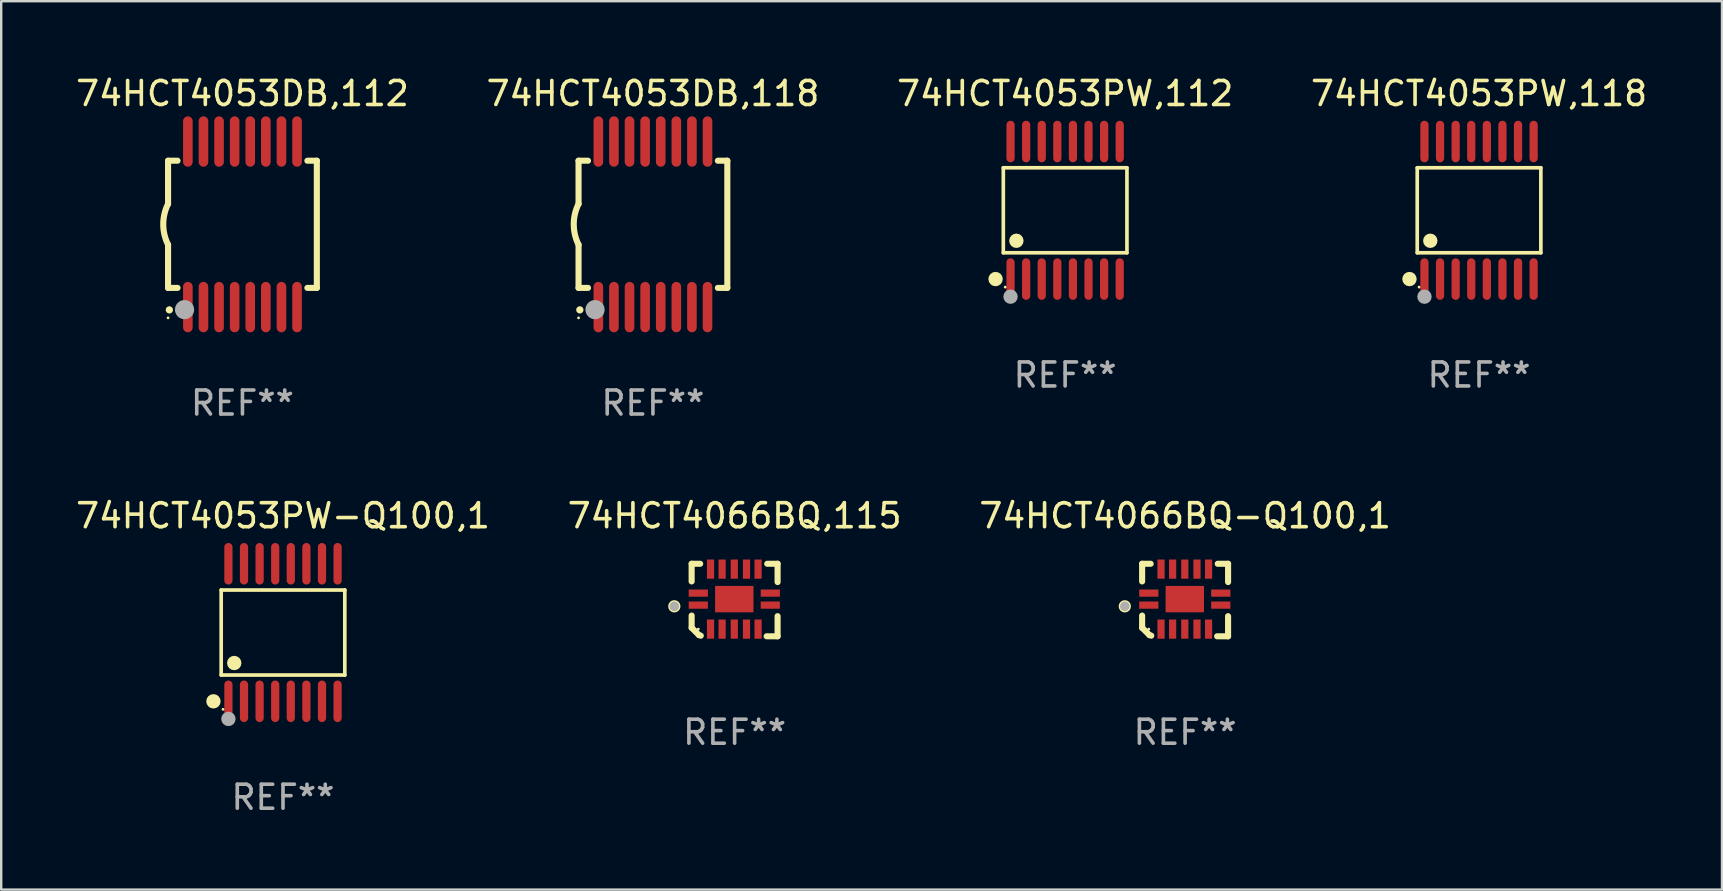
<source format=kicad_pcb>
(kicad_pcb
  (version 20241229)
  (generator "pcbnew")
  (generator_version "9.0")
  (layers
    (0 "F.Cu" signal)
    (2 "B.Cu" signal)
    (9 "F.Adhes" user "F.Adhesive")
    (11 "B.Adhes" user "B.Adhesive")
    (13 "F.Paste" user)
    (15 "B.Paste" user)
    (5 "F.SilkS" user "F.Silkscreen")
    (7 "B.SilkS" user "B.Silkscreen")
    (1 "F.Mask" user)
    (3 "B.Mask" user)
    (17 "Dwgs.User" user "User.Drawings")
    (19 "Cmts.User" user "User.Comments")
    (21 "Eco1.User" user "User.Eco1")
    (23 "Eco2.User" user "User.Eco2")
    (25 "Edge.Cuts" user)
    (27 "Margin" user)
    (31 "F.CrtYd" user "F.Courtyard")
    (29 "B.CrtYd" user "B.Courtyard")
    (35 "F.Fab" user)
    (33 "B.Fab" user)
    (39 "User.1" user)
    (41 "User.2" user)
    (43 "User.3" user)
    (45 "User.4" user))
  (footprint "74HCT4066BQ-Q100,1"
    (layer "F.Cu")
    (at 46.339 21.956)
    (property "Reference" "74HCT4066BQ-Q100,1" (at 0 -3.511 0) (layer "F.SilkS") (effects (font (size 1 1) (thickness 0.15))))
    (attr through_hole)
    (fp_line (start -1.791 -1.511) (end -1.435 -1.511) (stroke (width 0.254) (type solid)) (layer "F.SilkS"))
    (fp_line (start -1.791 -0.775) (end -1.791 -1.511) (stroke (width 0.254) (type solid)) (layer "F.SilkS"))
    (fp_line (start -1.791 1.156) (end -1.791 0.648) (stroke (width 0.254) (type solid)) (layer "F.SilkS"))
    (fp_line (start -1.486 1.461) (end -1.791 1.156) (stroke (width 0.254) (type solid)) (layer "F.SilkS"))
    (fp_line (start -1.41 1.486) (end -1.486 1.461) (stroke (width 0.254) (type solid)) (layer "F.SilkS"))
    (fp_line (start 1.334 1.511) (end 1.791 1.511) (stroke (width 0.254) (type solid)) (layer "F.SilkS"))
    (fp_line (start 1.791 -1.511) (end 1.359 -1.511) (stroke (width 0.254) (type solid)) (layer "F.SilkS"))
    (fp_line (start 1.791 -0.749) (end 1.791 -1.511) (stroke (width 0.254) (type solid)) (layer "F.SilkS"))
    (fp_line (start 1.791 1.511) (end 1.791 0.673) (stroke (width 0.254) (type solid)) (layer "F.SilkS"))
    (fp_circle (center -2.513 0.262) (end -2.383 0.262) (stroke (width 0.254) (type solid)) (fill no) (layer "F.SilkS"))
    (fp_circle (center -1.513 1.212) (end -1.483 1.212) (stroke (width 0.06) (type solid)) (fill no) (layer "F.SilkS"))
    (fp_circle (center -2.513 0.262) (end -2.413 0.262) (stroke (width 0.2) (type solid)) (fill no) (layer "F.Fab"))
    (fp_text user "REF**" (at 0 5.511 0) (layer "F.Fab") (effects (font (size 1 1) (thickness 0.15))))
    (pad "1" smd rect (at -1.513 0.212) (size 0.8 0.3) (layers "F.Cu" "F.Mask" "F.Paste"))
    (pad "2" smd rect (at -1.003 1.212) (size 0.3 0.8) (layers "F.Cu" "F.Mask" "F.Paste"))
    (pad "3" smd rect (at -0.521 1.212) (size 0.3 0.8) (layers "F.Cu" "F.Mask" "F.Paste"))
    (pad "4" smd rect (at -0.013 1.212) (size 0.3 0.8) (layers "F.Cu" "F.Mask" "F.Paste"))
    (pad "5" smd rect (at 0.495 1.212) (size 0.3 0.8) (layers "F.Cu" "F.Mask" "F.Paste"))
    (pad "6" smd rect (at 0.978 1.212) (size 0.3 0.8) (layers "F.Cu" "F.Mask" "F.Paste"))
    (pad "7" smd rect (at 1.487 0.212) (size 0.8 0.3) (layers "F.Cu" "F.Mask" "F.Paste"))
    (pad "8" smd rect (at 1.487 -0.288) (size 0.8 0.3) (layers "F.Cu" "F.Mask" "F.Paste"))
    (pad "9" smd rect (at 0.978 -1.288) (size 0.3 0.8) (layers "F.Cu" "F.Mask" "F.Paste"))
    (pad "10" smd rect (at 0.495 -1.288) (size 0.3 0.8) (layers "F.Cu" "F.Mask" "F.Paste"))
    (pad "11" smd rect (at -0.013 -1.288) (size 0.3 0.8) (layers "F.Cu" "F.Mask" "F.Paste"))
    (pad "12" smd rect (at -0.521 -1.288) (size 0.3 0.8) (layers "F.Cu" "F.Mask" "F.Paste"))
    (pad "13" smd rect (at -1.003 -1.288) (size 0.3 0.8) (layers "F.Cu" "F.Mask" "F.Paste"))
    (pad "14" smd rect (at -1.513 -0.288) (size 0.8 0.3) (layers "F.Cu" "F.Mask" "F.Paste"))
    (pad "15" smd rect (at -0.013 -0.038 90) (size 1.1 1.6) (layers "F.Cu" "F.Mask" "F.Paste")))
  (footprint "74HCT4053DB,118"
    (layer "F.Cu")
    (at 24.161 6.298)
    (property "Reference" "74HCT4053DB,118" (at 0 -5.45 0) (layer "F.SilkS") (effects (font (size 1 1) (thickness 0.15))))
    (attr through_hole)
    (fp_line (start -3.1 -2.65) (end -3.1 -0.85) (stroke (width 0.254) (type solid)) (layer "F.SilkS"))
    (fp_line (start -3.1 -2.65) (end -2.706 -2.65) (stroke (width 0.254) (type solid)) (layer "F.SilkS"))
    (fp_line (start -3.1 2.65) (end -3.1 0.85) (stroke (width 0.254) (type solid)) (layer "F.SilkS"))
    (fp_line (start -3.1 2.65) (end -2.706 2.65) (stroke (width 0.254) (type solid)) (layer "F.SilkS"))
    (fp_line (start 2.706 -2.65) (end 3.1 -2.65) (stroke (width 0.254) (type solid)) (layer "F.SilkS"))
    (fp_line (start 2.706 2.65) (end 3.1 2.65) (stroke (width 0.254) (type solid)) (layer "F.SilkS"))
    (fp_line (start 3.1 -2.65) (end 3.1 2.65) (stroke (width 0.254) (type solid)) (layer "F.SilkS"))
    (fp_arc (start -3.098907 0.850902) (mid -3.300057 0.000523) (end -3.1 -0.850114) (stroke (width 0.254001) (type solid)) (layer "F.SilkS"))
    (fp_arc (start -3.048006 3.566066) (mid -3.046736 3.566061) (end -3.045466 3.566066) (stroke (width 0.3) (type solid)) (layer "F.SilkS"))
    (fp_circle (center -3.1 3.9) (end -3.07 3.9) (stroke (width 0.06) (type solid)) (fill no) (layer "F.SilkS"))
    (fp_circle (center -2.413 3.556) (end -2.213 3.556) (stroke (width 0.4) (type solid)) (fill no) (layer "F.Fab"))
    (fp_text user "REF**" (at 0 7.45 0) (layer "F.Fab") (effects (font (size 1 1) (thickness 0.15))))
    (pad "1" smd oval (at -2.275 3.45 180) (size 0.4 2.1) (layers "F.Cu" "F.Mask" "F.Paste"))
    (pad "2" smd oval (at -1.625 3.45 180) (size 0.4 2.1) (layers "F.Cu" "F.Mask" "F.Paste"))
    (pad "3" smd oval (at -0.975 3.45 180) (size 0.4 2.1) (layers "F.Cu" "F.Mask" "F.Paste"))
    (pad "4" smd oval (at -0.325 3.45 180) (size 0.4 2.1) (layers "F.Cu" "F.Mask" "F.Paste"))
    (pad "5" smd oval (at 0.325 3.45 180) (size 0.4 2.1) (layers "F.Cu" "F.Mask" "F.Paste"))
    (pad "6" smd oval (at 0.975 3.45 180) (size 0.4 2.1) (layers "F.Cu" "F.Mask" "F.Paste"))
    (pad "7" smd oval (at 1.625 3.45 180) (size 0.4 2.1) (layers "F.Cu" "F.Mask" "F.Paste"))
    (pad "8" smd oval (at 2.275 3.45 180) (size 0.4 2.1) (layers "F.Cu" "F.Mask" "F.Paste"))
    (pad "9" smd oval (at 2.275 -3.45 180) (size 0.4 2.1) (layers "F.Cu" "F.Mask" "F.Paste"))
    (pad "10" smd oval (at 1.625 -3.45 180) (size 0.4 2.1) (layers "F.Cu" "F.Mask" "F.Paste"))
    (pad "11" smd oval (at 0.975 -3.45 180) (size 0.4 2.1) (layers "F.Cu" "F.Mask" "F.Paste"))
    (pad "12" smd oval (at 0.325 -3.45 180) (size 0.4 2.1) (layers "F.Cu" "F.Mask" "F.Paste"))
    (pad "13" smd oval (at -0.325 -3.45 180) (size 0.4 2.1) (layers "F.Cu" "F.Mask" "F.Paste"))
    (pad "14" smd oval (at -0.975 -3.45 180) (size 0.4 2.1) (layers "F.Cu" "F.Mask" "F.Paste"))
    (pad "15" smd oval (at -1.625 -3.45 180) (size 0.4 2.1) (layers "F.Cu" "F.Mask" "F.Paste"))
    (pad "16" smd oval (at -2.275 -3.45 180) (size 0.4 2.1) (layers "F.Cu" "F.Mask" "F.Paste")))
  (footprint "74HCT4053PW,112"
    (layer "F.Cu")
    (at 41.339 5.714)
    (property "Reference" "74HCT4053PW,112" (at 0 -4.866 0) (layer "F.SilkS") (effects (font (size 1 1) (thickness 0.15))))
    (attr through_hole)
    (fp_line (start -2.576 -1.772) (end 2.576 -1.772) (stroke (width 0.152) (type solid)) (layer "F.SilkS"))
    (fp_line (start -2.576 1.771) (end -2.576 -1.772) (stroke (width 0.152) (type solid)) (layer "F.SilkS"))
    (fp_line (start 2.576 -1.772) (end 2.576 1.771) (stroke (width 0.152) (type solid)) (layer "F.SilkS"))
    (fp_line (start 2.576 1.771) (end -2.576 1.771) (stroke (width 0.152) (type solid)) (layer "F.SilkS"))
    (fp_circle (center -2.899 2.866) (end -2.749 2.866) (stroke (width 0.3) (type solid)) (fill no) (layer "F.SilkS"))
    (fp_circle (center -2.5 3.2) (end -2.47 3.2) (stroke (width 0.06) (type solid)) (fill no) (layer "F.SilkS"))
    (fp_circle (center -2.032 1.27) (end -1.882 1.27) (stroke (width 0.3) (type solid)) (fill no) (layer "F.SilkS"))
    (fp_circle (center -2.275 3.6) (end -2.125 3.6) (stroke (width 0.3) (type solid)) (fill no) (layer "F.Fab"))
    (fp_text user "REF**" (at 0 6.866 0) (layer "F.Fab") (effects (font (size 1 1) (thickness 0.15))))
    (pad "1" smd oval (at -2.275 2.866) (size 0.343 1.731) (layers "F.Cu" "F.Mask" "F.Paste"))
    (pad "2" smd oval (at -1.625 2.866) (size 0.343 1.731) (layers "F.Cu" "F.Mask" "F.Paste"))
    (pad "3" smd oval (at -0.975 2.866) (size 0.343 1.731) (layers "F.Cu" "F.Mask" "F.Paste"))
    (pad "4" smd oval (at -0.325 2.866) (size 0.343 1.731) (layers "F.Cu" "F.Mask" "F.Paste"))
    (pad "5" smd oval (at 0.325 2.866) (size 0.343 1.731) (layers "F.Cu" "F.Mask" "F.Paste"))
    (pad "6" smd oval (at 0.975 2.866) (size 0.343 1.731) (layers "F.Cu" "F.Mask" "F.Paste"))
    (pad "7" smd oval (at 1.625 2.866) (size 0.343 1.731) (layers "F.Cu" "F.Mask" "F.Paste"))
    (pad "8" smd oval (at 2.275 2.866) (size 0.343 1.731) (layers "F.Cu" "F.Mask" "F.Paste"))
    (pad "9" smd oval (at 2.275 -2.866) (size 0.343 1.731) (layers "F.Cu" "F.Mask" "F.Paste"))
    (pad "10" smd oval (at 1.625 -2.866) (size 0.343 1.731) (layers "F.Cu" "F.Mask" "F.Paste"))
    (pad "11" smd oval (at 0.975 -2.866) (size 0.343 1.731) (layers "F.Cu" "F.Mask" "F.Paste"))
    (pad "12" smd oval (at 0.325 -2.866) (size 0.343 1.731) (layers "F.Cu" "F.Mask" "F.Paste"))
    (pad "13" smd oval (at -0.325 -2.866) (size 0.343 1.731) (layers "F.Cu" "F.Mask" "F.Paste"))
    (pad "14" smd oval (at -0.975 -2.866) (size 0.343 1.731) (layers "F.Cu" "F.Mask" "F.Paste"))
    (pad "15" smd oval (at -1.625 -2.866) (size 0.343 1.731) (layers "F.Cu" "F.Mask" "F.Paste"))
    (pad "16" smd oval (at -2.275 -2.866) (size 0.343 1.731) (layers "F.Cu" "F.Mask" "F.Paste")))
  (footprint "74HCT4066BQ,115"
    (layer "F.Cu")
    (at 27.565 21.956)
    (property "Reference" "74HCT4066BQ,115" (at 0 -3.511 0) (layer "F.SilkS") (effects (font (size 1 1) (thickness 0.15))))
    (attr through_hole)
    (fp_line (start -1.791 -1.511) (end -1.435 -1.511) (stroke (width 0.254) (type solid)) (layer "F.SilkS"))
    (fp_line (start -1.791 -0.775) (end -1.791 -1.511) (stroke (width 0.254) (type solid)) (layer "F.SilkS"))
    (fp_line (start -1.791 1.156) (end -1.791 0.648) (stroke (width 0.254) (type solid)) (layer "F.SilkS"))
    (fp_line (start -1.486 1.461) (end -1.791 1.156) (stroke (width 0.254) (type solid)) (layer "F.SilkS"))
    (fp_line (start -1.41 1.486) (end -1.486 1.461) (stroke (width 0.254) (type solid)) (layer "F.SilkS"))
    (fp_line (start 1.334 1.511) (end 1.791 1.511) (stroke (width 0.254) (type solid)) (layer "F.SilkS"))
    (fp_line (start 1.791 -1.511) (end 1.359 -1.511) (stroke (width 0.254) (type solid)) (layer "F.SilkS"))
    (fp_line (start 1.791 -0.749) (end 1.791 -1.511) (stroke (width 0.254) (type solid)) (layer "F.SilkS"))
    (fp_line (start 1.791 1.511) (end 1.791 0.673) (stroke (width 0.254) (type solid)) (layer "F.SilkS"))
    (fp_circle (center -2.513 0.262) (end -2.383 0.262) (stroke (width 0.254) (type solid)) (fill no) (layer "F.SilkS"))
    (fp_circle (center -1.513 1.212) (end -1.483 1.212) (stroke (width 0.06) (type solid)) (fill no) (layer "F.SilkS"))
    (fp_circle (center -2.513 0.262) (end -2.413 0.262) (stroke (width 0.2) (type solid)) (fill no) (layer "F.Fab"))
    (fp_text user "REF**" (at 0 5.511 0) (layer "F.Fab") (effects (font (size 1 1) (thickness 0.15))))
    (pad "1" smd rect (at -1.513 0.212) (size 0.8 0.3) (layers "F.Cu" "F.Mask" "F.Paste"))
    (pad "2" smd rect (at -1.003 1.212) (size 0.3 0.8) (layers "F.Cu" "F.Mask" "F.Paste"))
    (pad "3" smd rect (at -0.521 1.212) (size 0.3 0.8) (layers "F.Cu" "F.Mask" "F.Paste"))
    (pad "4" smd rect (at -0.013 1.212) (size 0.3 0.8) (layers "F.Cu" "F.Mask" "F.Paste"))
    (pad "5" smd rect (at 0.495 1.212) (size 0.3 0.8) (layers "F.Cu" "F.Mask" "F.Paste"))
    (pad "6" smd rect (at 0.978 1.212) (size 0.3 0.8) (layers "F.Cu" "F.Mask" "F.Paste"))
    (pad "7" smd rect (at 1.487 0.212) (size 0.8 0.3) (layers "F.Cu" "F.Mask" "F.Paste"))
    (pad "8" smd rect (at 1.487 -0.288) (size 0.8 0.3) (layers "F.Cu" "F.Mask" "F.Paste"))
    (pad "9" smd rect (at 0.978 -1.288) (size 0.3 0.8) (layers "F.Cu" "F.Mask" "F.Paste"))
    (pad "10" smd rect (at 0.495 -1.288) (size 0.3 0.8) (layers "F.Cu" "F.Mask" "F.Paste"))
    (pad "11" smd rect (at -0.013 -1.288) (size 0.3 0.8) (layers "F.Cu" "F.Mask" "F.Paste"))
    (pad "12" smd rect (at -0.521 -1.288) (size 0.3 0.8) (layers "F.Cu" "F.Mask" "F.Paste"))
    (pad "13" smd rect (at -1.003 -1.288) (size 0.3 0.8) (layers "F.Cu" "F.Mask" "F.Paste"))
    (pad "14" smd rect (at -1.513 -0.288) (size 0.8 0.3) (layers "F.Cu" "F.Mask" "F.Paste"))
    (pad "15" smd rect (at -0.013 -0.038 90) (size 1.1 1.6) (layers "F.Cu" "F.Mask" "F.Paste")))
  (footprint "74HCT4053DB,112"
    (layer "F.Cu")
    (at 7.054 6.298)
    (property "Reference" "74HCT4053DB,112" (at 0 -5.45 0) (layer "F.SilkS") (effects (font (size 1 1) (thickness 0.15))))
    (attr through_hole)
    (fp_line (start -3.1 -2.65) (end -3.1 -0.85) (stroke (width 0.254) (type solid)) (layer "F.SilkS"))
    (fp_line (start -3.1 -2.65) (end -2.706 -2.65) (stroke (width 0.254) (type solid)) (layer "F.SilkS"))
    (fp_line (start -3.1 2.65) (end -3.1 0.85) (stroke (width 0.254) (type solid)) (layer "F.SilkS"))
    (fp_line (start -3.1 2.65) (end -2.706 2.65) (stroke (width 0.254) (type solid)) (layer "F.SilkS"))
    (fp_line (start 2.706 -2.65) (end 3.1 -2.65) (stroke (width 0.254) (type solid)) (layer "F.SilkS"))
    (fp_line (start 2.706 2.65) (end 3.1 2.65) (stroke (width 0.254) (type solid)) (layer "F.SilkS"))
    (fp_line (start 3.1 -2.65) (end 3.1 2.65) (stroke (width 0.254) (type solid)) (layer "F.SilkS"))
    (fp_arc (start -3.098907 0.850902) (mid -3.300057 0.000523) (end -3.1 -0.850114) (stroke (width 0.254001) (type solid)) (layer "F.SilkS"))
    (fp_arc (start -3.048006 3.566066) (mid -3.046736 3.566061) (end -3.045466 3.566066) (stroke (width 0.3) (type solid)) (layer "F.SilkS"))
    (fp_circle (center -3.1 3.9) (end -3.07 3.9) (stroke (width 0.06) (type solid)) (fill no) (layer "F.SilkS"))
    (fp_circle (center -2.413 3.556) (end -2.213 3.556) (stroke (width 0.4) (type solid)) (fill no) (layer "F.Fab"))
    (fp_text user "REF**" (at 0 7.45 0) (layer "F.Fab") (effects (font (size 1 1) (thickness 0.15))))
    (pad "1" smd oval (at -2.275 3.45 180) (size 0.4 2.1) (layers "F.Cu" "F.Mask" "F.Paste"))
    (pad "2" smd oval (at -1.625 3.45 180) (size 0.4 2.1) (layers "F.Cu" "F.Mask" "F.Paste"))
    (pad "3" smd oval (at -0.975 3.45 180) (size 0.4 2.1) (layers "F.Cu" "F.Mask" "F.Paste"))
    (pad "4" smd oval (at -0.325 3.45 180) (size 0.4 2.1) (layers "F.Cu" "F.Mask" "F.Paste"))
    (pad "5" smd oval (at 0.325 3.45 180) (size 0.4 2.1) (layers "F.Cu" "F.Mask" "F.Paste"))
    (pad "6" smd oval (at 0.975 3.45 180) (size 0.4 2.1) (layers "F.Cu" "F.Mask" "F.Paste"))
    (pad "7" smd oval (at 1.625 3.45 180) (size 0.4 2.1) (layers "F.Cu" "F.Mask" "F.Paste"))
    (pad "8" smd oval (at 2.275 3.45 180) (size 0.4 2.1) (layers "F.Cu" "F.Mask" "F.Paste"))
    (pad "9" smd oval (at 2.275 -3.45 180) (size 0.4 2.1) (layers "F.Cu" "F.Mask" "F.Paste"))
    (pad "10" smd oval (at 1.625 -3.45 180) (size 0.4 2.1) (layers "F.Cu" "F.Mask" "F.Paste"))
    (pad "11" smd oval (at 0.975 -3.45 180) (size 0.4 2.1) (layers "F.Cu" "F.Mask" "F.Paste"))
    (pad "12" smd oval (at 0.325 -3.45 180) (size 0.4 2.1) (layers "F.Cu" "F.Mask" "F.Paste"))
    (pad "13" smd oval (at -0.325 -3.45 180) (size 0.4 2.1) (layers "F.Cu" "F.Mask" "F.Paste"))
    (pad "14" smd oval (at -0.975 -3.45 180) (size 0.4 2.1) (layers "F.Cu" "F.Mask" "F.Paste"))
    (pad "15" smd oval (at -1.625 -3.45 180) (size 0.4 2.1) (layers "F.Cu" "F.Mask" "F.Paste"))
    (pad "16" smd oval (at -2.275 -3.45 180) (size 0.4 2.1) (layers "F.Cu" "F.Mask" "F.Paste")))
  (footprint "74HCT4053PW-Q100,1"
    (layer "F.Cu")
    (at 8.744 23.311)
    (property "Reference" "74HCT4053PW-Q100,1" (at 0 -4.866 0) (layer "F.SilkS") (effects (font (size 1 1) (thickness 0.15))))
    (attr through_hole)
    (fp_line (start -2.576 -1.772) (end 2.576 -1.772) (stroke (width 0.152) (type solid)) (layer "F.SilkS"))
    (fp_line (start -2.576 1.771) (end -2.576 -1.772) (stroke (width 0.152) (type solid)) (layer "F.SilkS"))
    (fp_line (start 2.576 -1.772) (end 2.576 1.771) (stroke (width 0.152) (type solid)) (layer "F.SilkS"))
    (fp_line (start 2.576 1.771) (end -2.576 1.771) (stroke (width 0.152) (type solid)) (layer "F.SilkS"))
    (fp_circle (center -2.899 2.866) (end -2.749 2.866) (stroke (width 0.3) (type solid)) (fill no) (layer "F.SilkS"))
    (fp_circle (center -2.5 3.2) (end -2.47 3.2) (stroke (width 0.06) (type solid)) (fill no) (layer "F.SilkS"))
    (fp_circle (center -2.032 1.27) (end -1.882 1.27) (stroke (width 0.3) (type solid)) (fill no) (layer "F.SilkS"))
    (fp_circle (center -2.275 3.6) (end -2.125 3.6) (stroke (width 0.3) (type solid)) (fill no) (layer "F.Fab"))
    (fp_text user "REF**" (at 0 6.866 0) (layer "F.Fab") (effects (font (size 1 1) (thickness 0.15))))
    (pad "1" smd oval (at -2.275 2.866) (size 0.343 1.731) (layers "F.Cu" "F.Mask" "F.Paste"))
    (pad "2" smd oval (at -1.625 2.866) (size 0.343 1.731) (layers "F.Cu" "F.Mask" "F.Paste"))
    (pad "3" smd oval (at -0.975 2.866) (size 0.343 1.731) (layers "F.Cu" "F.Mask" "F.Paste"))
    (pad "4" smd oval (at -0.325 2.866) (size 0.343 1.731) (layers "F.Cu" "F.Mask" "F.Paste"))
    (pad "5" smd oval (at 0.325 2.866) (size 0.343 1.731) (layers "F.Cu" "F.Mask" "F.Paste"))
    (pad "6" smd oval (at 0.975 2.866) (size 0.343 1.731) (layers "F.Cu" "F.Mask" "F.Paste"))
    (pad "7" smd oval (at 1.625 2.866) (size 0.343 1.731) (layers "F.Cu" "F.Mask" "F.Paste"))
    (pad "8" smd oval (at 2.275 2.866) (size 0.343 1.731) (layers "F.Cu" "F.Mask" "F.Paste"))
    (pad "9" smd oval (at 2.275 -2.866) (size 0.343 1.731) (layers "F.Cu" "F.Mask" "F.Paste"))
    (pad "10" smd oval (at 1.625 -2.866) (size 0.343 1.731) (layers "F.Cu" "F.Mask" "F.Paste"))
    (pad "11" smd oval (at 0.975 -2.866) (size 0.343 1.731) (layers "F.Cu" "F.Mask" "F.Paste"))
    (pad "12" smd oval (at 0.325 -2.866) (size 0.343 1.731) (layers "F.Cu" "F.Mask" "F.Paste"))
    (pad "13" smd oval (at -0.325 -2.866) (size 0.343 1.731) (layers "F.Cu" "F.Mask" "F.Paste"))
    (pad "14" smd oval (at -0.975 -2.866) (size 0.343 1.731) (layers "F.Cu" "F.Mask" "F.Paste"))
    (pad "15" smd oval (at -1.625 -2.866) (size 0.343 1.731) (layers "F.Cu" "F.Mask" "F.Paste"))
    (pad "16" smd oval (at -2.275 -2.866) (size 0.343 1.731) (layers "F.Cu" "F.Mask" "F.Paste")))
  (footprint "74HCT4053PW,118"
    (layer "F.Cu")
    (at 58.589 5.714)
    (property "Reference" "74HCT4053PW,118" (at 0 -4.866 0) (layer "F.SilkS") (effects (font (size 1 1) (thickness 0.15))))
    (attr through_hole)
    (fp_line (start -2.576 -1.772) (end 2.576 -1.772) (stroke (width 0.152) (type solid)) (layer "F.SilkS"))
    (fp_line (start -2.576 1.771) (end -2.576 -1.772) (stroke (width 0.152) (type solid)) (layer "F.SilkS"))
    (fp_line (start 2.576 -1.772) (end 2.576 1.771) (stroke (width 0.152) (type solid)) (layer "F.SilkS"))
    (fp_line (start 2.576 1.771) (end -2.576 1.771) (stroke (width 0.152) (type solid)) (layer "F.SilkS"))
    (fp_circle (center -2.899 2.866) (end -2.749 2.866) (stroke (width 0.3) (type solid)) (fill no) (layer "F.SilkS"))
    (fp_circle (center -2.5 3.2) (end -2.47 3.2) (stroke (width 0.06) (type solid)) (fill no) (layer "F.SilkS"))
    (fp_circle (center -2.032 1.27) (end -1.882 1.27) (stroke (width 0.3) (type solid)) (fill no) (layer "F.SilkS"))
    (fp_circle (center -2.275 3.6) (end -2.125 3.6) (stroke (width 0.3) (type solid)) (fill no) (layer "F.Fab"))
    (fp_text user "REF**" (at 0 6.866 0) (layer "F.Fab") (effects (font (size 1 1) (thickness 0.15))))
    (pad "1" smd oval (at -2.275 2.866) (size 0.343 1.731) (layers "F.Cu" "F.Mask" "F.Paste"))
    (pad "2" smd oval (at -1.625 2.866) (size 0.343 1.731) (layers "F.Cu" "F.Mask" "F.Paste"))
    (pad "3" smd oval (at -0.975 2.866) (size 0.343 1.731) (layers "F.Cu" "F.Mask" "F.Paste"))
    (pad "4" smd oval (at -0.325 2.866) (size 0.343 1.731) (layers "F.Cu" "F.Mask" "F.Paste"))
    (pad "5" smd oval (at 0.325 2.866) (size 0.343 1.731) (layers "F.Cu" "F.Mask" "F.Paste"))
    (pad "6" smd oval (at 0.975 2.866) (size 0.343 1.731) (layers "F.Cu" "F.Mask" "F.Paste"))
    (pad "7" smd oval (at 1.625 2.866) (size 0.343 1.731) (layers "F.Cu" "F.Mask" "F.Paste"))
    (pad "8" smd oval (at 2.275 2.866) (size 0.343 1.731) (layers "F.Cu" "F.Mask" "F.Paste"))
    (pad "9" smd oval (at 2.275 -2.866) (size 0.343 1.731) (layers "F.Cu" "F.Mask" "F.Paste"))
    (pad "10" smd oval (at 1.625 -2.866) (size 0.343 1.731) (layers "F.Cu" "F.Mask" "F.Paste"))
    (pad "11" smd oval (at 0.975 -2.866) (size 0.343 1.731) (layers "F.Cu" "F.Mask" "F.Paste"))
    (pad "12" smd oval (at 0.325 -2.866) (size 0.343 1.731) (layers "F.Cu" "F.Mask" "F.Paste"))
    (pad "13" smd oval (at -0.325 -2.866) (size 0.343 1.731) (layers "F.Cu" "F.Mask" "F.Paste"))
    (pad "14" smd oval (at -0.975 -2.866) (size 0.343 1.731) (layers "F.Cu" "F.Mask" "F.Paste"))
    (pad "15" smd oval (at -1.625 -2.866) (size 0.343 1.731) (layers "F.Cu" "F.Mask" "F.Paste"))
    (pad "16" smd oval (at -2.275 -2.866) (size 0.343 1.731) (layers "F.Cu" "F.Mask" "F.Paste")))
  (gr_rect
    (start -3 -3)
    (end 68.714 34.025)
    (stroke (width 0.1) (type default))
    (fill no)
    (layer "Edge.Cuts")))
</source>
